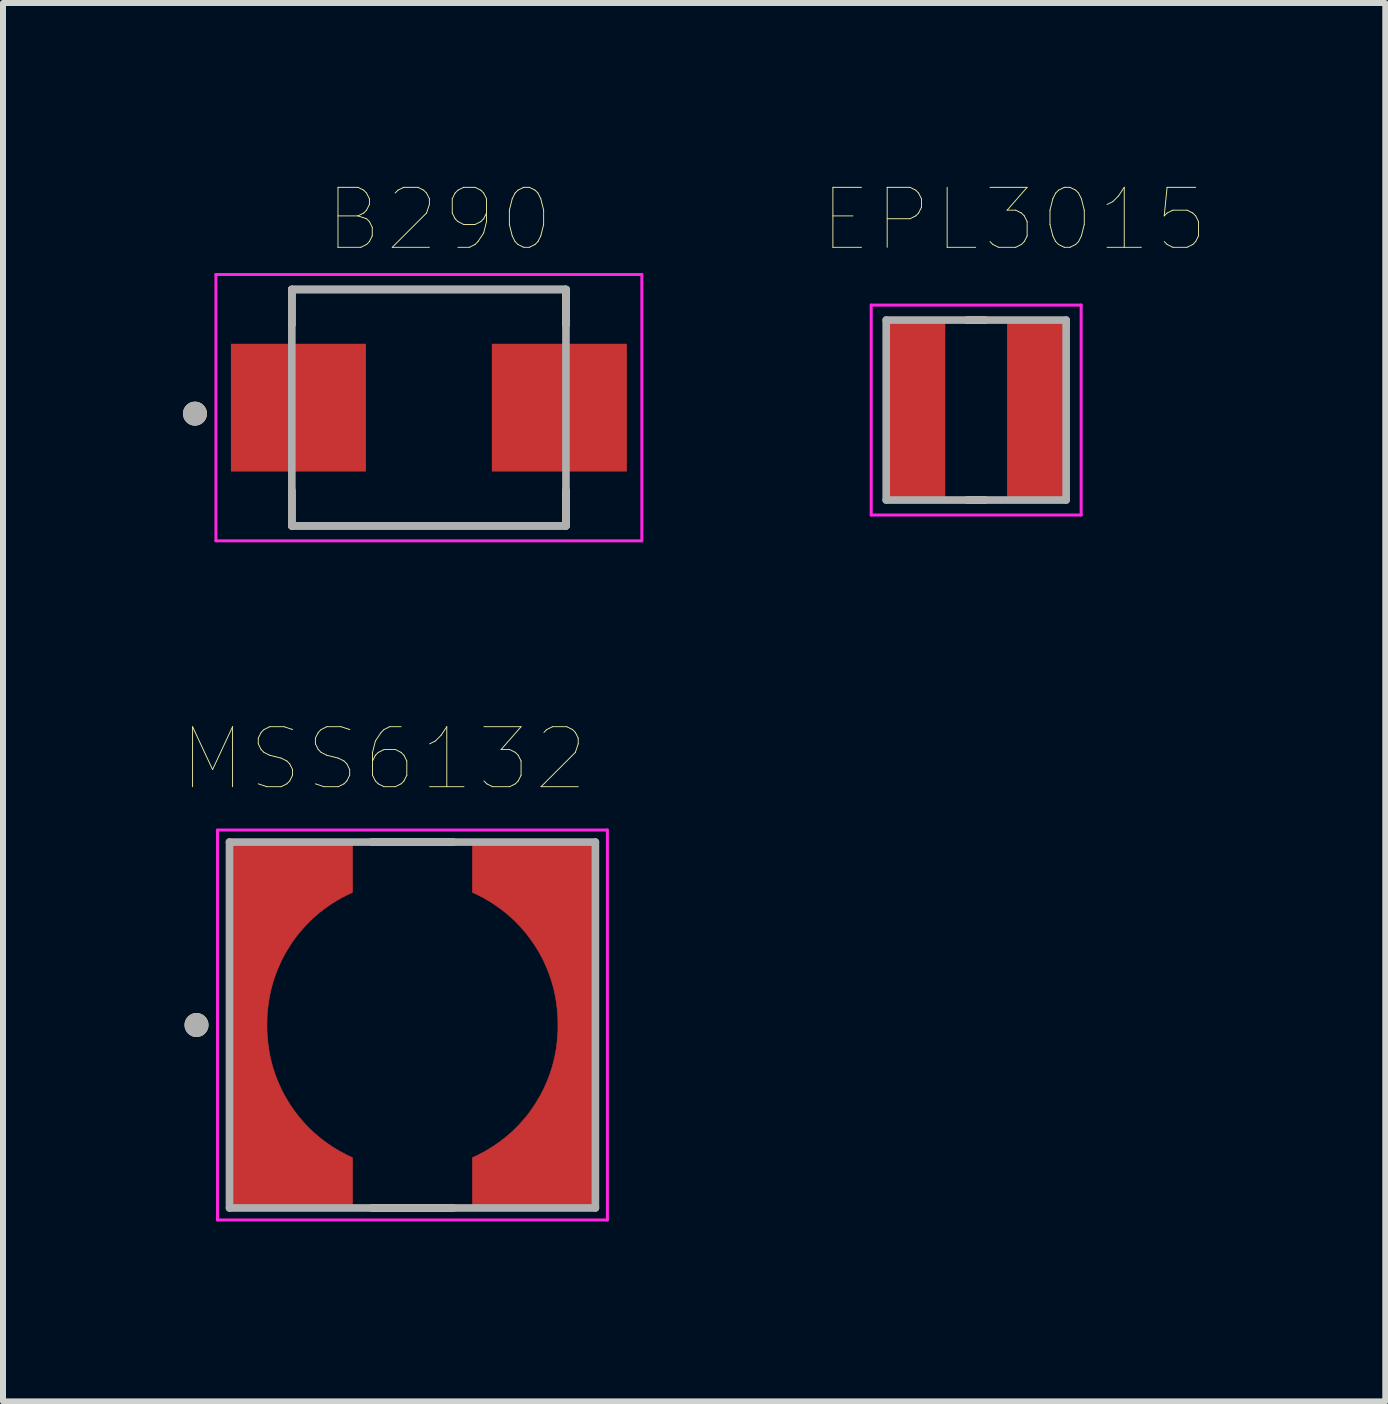
<source format=kicad_pcb>
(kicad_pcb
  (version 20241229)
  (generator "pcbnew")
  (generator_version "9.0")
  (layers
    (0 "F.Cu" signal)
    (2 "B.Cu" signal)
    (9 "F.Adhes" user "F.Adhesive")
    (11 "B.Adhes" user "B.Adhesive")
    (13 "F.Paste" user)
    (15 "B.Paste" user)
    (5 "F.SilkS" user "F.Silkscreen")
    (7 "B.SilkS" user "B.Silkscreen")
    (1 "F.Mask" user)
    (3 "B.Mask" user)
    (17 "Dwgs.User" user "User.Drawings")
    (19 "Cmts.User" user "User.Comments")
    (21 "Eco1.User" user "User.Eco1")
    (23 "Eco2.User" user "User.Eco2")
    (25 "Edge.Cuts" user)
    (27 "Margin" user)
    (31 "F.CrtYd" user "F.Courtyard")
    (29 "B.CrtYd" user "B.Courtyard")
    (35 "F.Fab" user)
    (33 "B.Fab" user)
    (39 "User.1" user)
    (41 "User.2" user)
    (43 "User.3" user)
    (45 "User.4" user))
  (footprint "B290"
    (layer "F.Cu")
    (at 4.1 3.746)
    (property "Reference" "B290" (at 0.175 -3.135 0) (layer "F.SilkS") (effects (font (size 1 1) (thickness 0.015))))
    (attr through_hole)
    (fp_line (start -2.285 -1.97) (end 2.285 -1.97) (stroke (width 0.127) (type solid)) (layer "F.SilkS"))
    (fp_line (start -2.285 -1.379) (end -2.285 -1.97) (stroke (width 0.127) (type solid)) (layer "F.SilkS"))
    (fp_line (start -2.285 1.379) (end -2.285 1.97) (stroke (width 0.127) (type solid)) (layer "F.SilkS"))
    (fp_line (start -2.285 1.97) (end 2.285 1.97) (stroke (width 0.127) (type solid)) (layer "F.SilkS"))
    (fp_line (start 2.285 -1.97) (end 2.285 -1.379) (stroke (width 0.127) (type solid)) (layer "F.SilkS"))
    (fp_line (start 2.285 1.97) (end 2.285 1.379) (stroke (width 0.127) (type solid)) (layer "F.SilkS"))
    (fp_circle (center -3.9 0.1) (end -3.8 0.1) (stroke (width 0.2) (type solid)) (fill no) (layer "F.SilkS"))
    (fp_line (start -3.55 -2.22) (end 3.55 -2.22) (stroke (width 0.05) (type solid)) (layer "F.CrtYd"))
    (fp_line (start -3.55 2.22) (end -3.55 -2.22) (stroke (width 0.05) (type solid)) (layer "F.CrtYd"))
    (fp_line (start 3.55 -2.22) (end 3.55 2.22) (stroke (width 0.05) (type solid)) (layer "F.CrtYd"))
    (fp_line (start 3.55 2.22) (end -3.55 2.22) (stroke (width 0.05) (type solid)) (layer "F.CrtYd"))
    (fp_line (start -2.285 -1.97) (end 2.285 -1.97) (stroke (width 0.127) (type solid)) (layer "F.Fab"))
    (fp_line (start -2.285 1.97) (end -2.285 -1.97) (stroke (width 0.127) (type solid)) (layer "F.Fab"))
    (fp_line (start 2.285 -1.97) (end 2.285 1.97) (stroke (width 0.127) (type solid)) (layer "F.Fab"))
    (fp_line (start 2.285 1.97) (end -2.285 1.97) (stroke (width 0.127) (type solid)) (layer "F.Fab"))
    (fp_circle (center -3.9 0.1) (end -3.8 0.1) (stroke (width 0.2) (type solid)) (fill no) (layer "F.Fab"))
    (pad "1" smd rect (at -2.175 0) (size 2.25 2.13) (layers "F.Cu" "F.Mask" "F.Paste"))
    (pad "2" smd rect (at 2.175 0) (size 2.25 2.13) (layers "F.Cu" "F.Mask" "F.Paste")))
  (footprint "EPL3015"
    (layer "F.Cu")
    (at 13.224 3.786)
    (property "Reference" "EPL3015" (at 0.635 -3.175 0) (layer "F.SilkS") (effects (font (size 1 1) (thickness 0.015))))
    (attr through_hole)
    (fp_line (start -0.15 -1.5) (end 0.15 -1.5) (stroke (width 0.127) (type solid)) (layer "F.SilkS"))
    (fp_line (start -0.15 1.5) (end 0.15 1.5) (stroke (width 0.127) (type solid)) (layer "F.SilkS"))
    (fp_line (start -1.75 -1.75) (end 1.75 -1.75) (stroke (width 0.05) (type solid)) (layer "F.CrtYd"))
    (fp_line (start -1.75 1.75) (end -1.75 -1.75) (stroke (width 0.05) (type solid)) (layer "F.CrtYd"))
    (fp_line (start 1.75 -1.75) (end 1.75 1.75) (stroke (width 0.05) (type solid)) (layer "F.CrtYd"))
    (fp_line (start 1.75 1.75) (end -1.75 1.75) (stroke (width 0.05) (type solid)) (layer "F.CrtYd"))
    (fp_line (start -1.5 -1.5) (end 1.5 -1.5) (stroke (width 0.127) (type solid)) (layer "F.Fab"))
    (fp_line (start -1.5 1.5) (end -1.5 -1.5) (stroke (width 0.127) (type solid)) (layer "F.Fab"))
    (fp_line (start 1.5 -1.5) (end 1.5 1.5) (stroke (width 0.127) (type solid)) (layer "F.Fab"))
    (fp_line (start 1.5 1.5) (end -1.5 1.5) (stroke (width 0.127) (type solid)) (layer "F.Fab"))
    (pad "1" smd rect (at -1.015 0) (size 1 2.9) (layers "F.Cu" "F.Mask" "F.Paste"))
    (pad "2" smd rect (at 1.015 0) (size 1 2.9) (layers "F.Cu" "F.Mask" "F.Paste")))
  (footprint "MSS6132"
    (layer "F.Cu")
    (at 3.826 14.038)
    (property "Reference" "MSS6132" (at -0.475 -4.435 0) (layer "F.SilkS") (effects (font (size 1 1) (thickness 0.015))))
    (attr through_hole)
    (fp_poly (pts (xy -1 -3) (xy -3 -3) (xy -3 3) (xy -1 3) (xy -1 2.211) (xy -1.096 2.166) (xy -1.178 2.123) (xy -1.259 2.077) (xy -1.338 2.028) (xy -1.415 1.976) (xy -1.49 1.921) (xy -1.562 1.864) (xy -1.633 1.803) (xy -1.701 1.74) (xy -1.766 1.674) (xy -1.829 1.605) (xy -1.889 1.535) (xy -1.946 1.462) (xy -2.001 1.386) (xy -2.052 1.309) (xy -2.1 1.23) (xy -2.146 1.149) (xy -2.188 1.066) (xy -2.226 0.981) (xy -2.262 0.896) (xy -2.294 0.808) (xy -2.323 0.72) (xy -2.348 0.631) (xy -2.37 0.54) (xy -2.388 0.449) (xy -2.402 0.358) (xy -2.413 0.265) (xy -2.421 0.173) (xy -2.425 0.08) (xy -2.425 0) (xy -2.425 -0.08) (xy -2.421 -0.173) (xy -2.413 -0.265) (xy -2.402 -0.358) (xy -2.388 -0.449) (xy -2.37 -0.54) (xy -2.348 -0.631) (xy -2.323 -0.72) (xy -2.294 -0.808) (xy -2.262 -0.896) (xy -2.226 -0.981) (xy -2.188 -1.066) (xy -2.146 -1.149) (xy -2.1 -1.23) (xy -2.052 -1.309) (xy -2.001 -1.386) (xy -1.946 -1.462) (xy -1.889 -1.535) (xy -1.829 -1.605) (xy -1.766 -1.674) (xy -1.701 -1.74) (xy -1.633 -1.803) (xy -1.562 -1.864) (xy -1.49 -1.921) (xy -1.415 -1.976) (xy -1.338 -2.028) (xy -1.259 -2.077) (xy -1.178 -2.123) (xy -1.096 -2.166) (xy -1 -2.211) (xy -1 -3)) (stroke (width 0.01) (type solid)) (fill yes) (layer "F.Cu"))
    (fp_poly (pts (xy 1 -3) (xy 3 -3) (xy 3 3) (xy 1 3) (xy 1 2.211) (xy 1.096 2.166) (xy 1.178 2.123) (xy 1.259 2.077) (xy 1.338 2.028) (xy 1.415 1.976) (xy 1.49 1.921) (xy 1.562 1.864) (xy 1.633 1.803) (xy 1.701 1.74) (xy 1.766 1.674) (xy 1.829 1.605) (xy 1.889 1.535) (xy 1.946 1.462) (xy 2.001 1.386) (xy 2.052 1.309) (xy 2.1 1.23) (xy 2.146 1.149) (xy 2.188 1.066) (xy 2.226 0.981) (xy 2.262 0.896) (xy 2.294 0.808) (xy 2.323 0.72) (xy 2.348 0.631) (xy 2.37 0.54) (xy 2.388 0.449) (xy 2.402 0.358) (xy 2.413 0.265) (xy 2.421 0.173) (xy 2.425 0.08) (xy 2.425 0) (xy 2.425 -0.08) (xy 2.421 -0.173) (xy 2.413 -0.265) (xy 2.402 -0.358) (xy 2.388 -0.449) (xy 2.37 -0.54) (xy 2.348 -0.631) (xy 2.323 -0.72) (xy 2.294 -0.808) (xy 2.262 -0.896) (xy 2.226 -0.981) (xy 2.188 -1.066) (xy 2.146 -1.149) (xy 2.1 -1.23) (xy 2.052 -1.309) (xy 2.001 -1.386) (xy 1.946 -1.462) (xy 1.889 -1.535) (xy 1.829 -1.605) (xy 1.766 -1.674) (xy 1.701 -1.74) (xy 1.633 -1.803) (xy 1.562 -1.864) (xy 1.49 -1.921) (xy 1.415 -1.976) (xy 1.338 -2.028) (xy 1.259 -2.077) (xy 1.178 -2.123) (xy 1.096 -2.166) (xy 1 -2.211) (xy 1 -3)) (stroke (width 0.01) (type solid)) (fill yes) (layer "F.Cu"))
    (fp_poly (pts (xy -0.9 -3.1) (xy -3.1 -3.1) (xy -3.1 3.1) (xy -0.9 3.1) (xy -0.9 2.111) (xy -0.965 2.082) (xy -1.046 2.044) (xy -1.126 2.002) (xy -1.204 1.958) (xy -1.28 1.91) (xy -1.355 1.859) (xy -1.427 1.806) (xy -1.497 1.749) (xy -1.565 1.69) (xy -1.63 1.629) (xy -1.693 1.565) (xy -1.754 1.498) (xy -1.812 1.43) (xy -1.867 1.359) (xy -1.919 1.285) (xy -1.969 1.21) (xy -2.015 1.133) (xy -2.059 1.055) (xy -2.099 0.974) (xy -2.136 0.892) (xy -2.17 0.809) (xy -2.201 0.725) (xy -2.229 0.639) (xy -2.253 0.552) (xy -2.273 0.465) (xy -2.291 0.377) (xy -2.304 0.288) (xy -2.315 0.199) (xy -2.321 0.109) (xy -2.325 0) (xy -2.321 -0.109) (xy -2.315 -0.199) (xy -2.304 -0.288) (xy -2.291 -0.377) (xy -2.273 -0.465) (xy -2.253 -0.552) (xy -2.229 -0.639) (xy -2.201 -0.725) (xy -2.17 -0.809) (xy -2.136 -0.892) (xy -2.099 -0.974) (xy -2.059 -1.055) (xy -2.015 -1.133) (xy -1.969 -1.21) (xy -1.919 -1.285) (xy -1.867 -1.359) (xy -1.812 -1.43) (xy -1.754 -1.498) (xy -1.693 -1.565) (xy -1.63 -1.629) (xy -1.565 -1.69) (xy -1.497 -1.749) (xy -1.427 -1.806) (xy -1.355 -1.859) (xy -1.28 -1.91) (xy -1.204 -1.958) (xy -1.126 -2.002) (xy -1.046 -2.044) (xy -0.965 -2.082) (xy -0.9 -2.111) (xy -0.9 -3.1)) (stroke (width 0.01) (type solid)) (fill yes) (layer "F.Mask"))
    (fp_poly (pts (xy 0.9 -3.1) (xy 3.1 -3.1) (xy 3.1 3.1) (xy 0.9 3.1) (xy 0.9 2.111) (xy 0.965 2.082) (xy 1.046 2.044) (xy 1.126 2.002) (xy 1.204 1.958) (xy 1.28 1.91) (xy 1.355 1.859) (xy 1.427 1.806) (xy 1.497 1.749) (xy 1.565 1.69) (xy 1.63 1.629) (xy 1.693 1.565) (xy 1.754 1.498) (xy 1.812 1.43) (xy 1.867 1.359) (xy 1.919 1.285) (xy 1.969 1.21) (xy 2.015 1.133) (xy 2.059 1.055) (xy 2.099 0.974) (xy 2.136 0.892) (xy 2.17 0.809) (xy 2.201 0.725) (xy 2.229 0.639) (xy 2.253 0.552) (xy 2.273 0.465) (xy 2.291 0.377) (xy 2.304 0.288) (xy 2.315 0.199) (xy 2.321 0.109) (xy 2.325 0) (xy 2.321 -0.109) (xy 2.315 -0.199) (xy 2.304 -0.288) (xy 2.291 -0.377) (xy 2.273 -0.465) (xy 2.253 -0.552) (xy 2.229 -0.639) (xy 2.201 -0.725) (xy 2.17 -0.809) (xy 2.136 -0.892) (xy 2.099 -0.974) (xy 2.059 -1.055) (xy 2.015 -1.133) (xy 1.969 -1.21) (xy 1.919 -1.285) (xy 1.867 -1.359) (xy 1.812 -1.43) (xy 1.754 -1.498) (xy 1.693 -1.565) (xy 1.63 -1.629) (xy 1.565 -1.69) (xy 1.497 -1.749) (xy 1.427 -1.806) (xy 1.355 -1.859) (xy 1.28 -1.91) (xy 1.204 -1.958) (xy 1.126 -2.002) (xy 1.046 -2.044) (xy 0.965 -2.082) (xy 0.9 -2.111) (xy 0.9 -3.1)) (stroke (width 0.01) (type solid)) (fill yes) (layer "F.Mask"))
    (fp_line (start -0.68 -3.05) (end 0.68 -3.05) (stroke (width 0.127) (type solid)) (layer "F.SilkS"))
    (fp_line (start -0.68 3.05) (end 0.68 3.05) (stroke (width 0.127) (type solid)) (layer "F.SilkS"))
    (fp_circle (center -3.6 0) (end -3.5 0) (stroke (width 0.2) (type solid)) (fill no) (layer "F.SilkS"))
    (fp_poly (pts (xy -1 -3) (xy -3 -3) (xy -3 3) (xy -1 3) (xy -1 2.211) (xy -1.096 2.166) (xy -1.178 2.123) (xy -1.259 2.077) (xy -1.338 2.028) (xy -1.415 1.976) (xy -1.49 1.921) (xy -1.562 1.864) (xy -1.633 1.803) (xy -1.701 1.74) (xy -1.766 1.674) (xy -1.829 1.605) (xy -1.889 1.535) (xy -1.946 1.462) (xy -2.001 1.386) (xy -2.052 1.309) (xy -2.1 1.23) (xy -2.146 1.149) (xy -2.188 1.066) (xy -2.226 0.981) (xy -2.262 0.896) (xy -2.294 0.808) (xy -2.323 0.72) (xy -2.348 0.631) (xy -2.37 0.54) (xy -2.388 0.449) (xy -2.402 0.358) (xy -2.413 0.265) (xy -2.421 0.173) (xy -2.425 0.08) (xy -2.425 0) (xy -2.425 -0.08) (xy -2.421 -0.173) (xy -2.413 -0.265) (xy -2.402 -0.358) (xy -2.388 -0.449) (xy -2.37 -0.54) (xy -2.348 -0.631) (xy -2.323 -0.72) (xy -2.294 -0.808) (xy -2.262 -0.896) (xy -2.226 -0.981) (xy -2.188 -1.066) (xy -2.146 -1.149) (xy -2.1 -1.23) (xy -2.052 -1.309) (xy -2.001 -1.386) (xy -1.946 -1.462) (xy -1.889 -1.535) (xy -1.829 -1.605) (xy -1.766 -1.674) (xy -1.701 -1.74) (xy -1.633 -1.803) (xy -1.562 -1.864) (xy -1.49 -1.921) (xy -1.415 -1.976) (xy -1.338 -2.028) (xy -1.259 -2.077) (xy -1.178 -2.123) (xy -1.096 -2.166) (xy -1 -2.211) (xy -1 -3)) (stroke (width 0.01) (type solid)) (fill yes) (layer "F.Paste"))
    (fp_poly (pts (xy 1 -3) (xy 3 -3) (xy 3 3) (xy 1 3) (xy 1 2.211) (xy 1.096 2.166) (xy 1.178 2.123) (xy 1.259 2.077) (xy 1.338 2.028) (xy 1.415 1.976) (xy 1.49 1.921) (xy 1.562 1.864) (xy 1.633 1.803) (xy 1.701 1.74) (xy 1.766 1.674) (xy 1.829 1.605) (xy 1.889 1.535) (xy 1.946 1.462) (xy 2.001 1.386) (xy 2.052 1.309) (xy 2.1 1.23) (xy 2.146 1.149) (xy 2.188 1.066) (xy 2.226 0.981) (xy 2.262 0.896) (xy 2.294 0.808) (xy 2.323 0.72) (xy 2.348 0.631) (xy 2.37 0.54) (xy 2.388 0.449) (xy 2.402 0.358) (xy 2.413 0.265) (xy 2.421 0.173) (xy 2.425 0.08) (xy 2.425 0) (xy 2.425 -0.08) (xy 2.421 -0.173) (xy 2.413 -0.265) (xy 2.402 -0.358) (xy 2.388 -0.449) (xy 2.37 -0.54) (xy 2.348 -0.631) (xy 2.323 -0.72) (xy 2.294 -0.808) (xy 2.262 -0.896) (xy 2.226 -0.981) (xy 2.188 -1.066) (xy 2.146 -1.149) (xy 2.1 -1.23) (xy 2.052 -1.309) (xy 2.001 -1.386) (xy 1.946 -1.462) (xy 1.889 -1.535) (xy 1.829 -1.605) (xy 1.766 -1.674) (xy 1.701 -1.74) (xy 1.633 -1.803) (xy 1.562 -1.864) (xy 1.49 -1.921) (xy 1.415 -1.976) (xy 1.338 -2.028) (xy 1.259 -2.077) (xy 1.178 -2.123) (xy 1.096 -2.166) (xy 1 -2.211) (xy 1 -3)) (stroke (width 0.01) (type solid)) (fill yes) (layer "F.Paste"))
    (fp_line (start -3.25 -3.25) (end -3.25 3.25) (stroke (width 0.05) (type solid)) (layer "F.CrtYd"))
    (fp_line (start -3.25 3.25) (end 3.25 3.25) (stroke (width 0.05) (type solid)) (layer "F.CrtYd"))
    (fp_line (start 3.25 -3.25) (end -3.25 -3.25) (stroke (width 0.05) (type solid)) (layer "F.CrtYd"))
    (fp_line (start 3.25 3.25) (end 3.25 -3.25) (stroke (width 0.05) (type solid)) (layer "F.CrtYd"))
    (fp_line (start -3.05 -3.05) (end 3.05 -3.05) (stroke (width 0.127) (type solid)) (layer "F.Fab"))
    (fp_line (start -3.05 3.05) (end -3.05 -3.05) (stroke (width 0.127) (type solid)) (layer "F.Fab"))
    (fp_line (start 3.05 -3.05) (end 3.05 3.05) (stroke (width 0.127) (type solid)) (layer "F.Fab"))
    (fp_line (start 3.05 3.05) (end -3.05 3.05) (stroke (width 0.127) (type solid)) (layer "F.Fab"))
    (fp_circle (center -3.6 0) (end -3.5 0) (stroke (width 0.2) (type solid)) (fill no) (layer "F.Fab"))
    (pad "1" smd rect (at -2.75 0) (size 0.1 0.1) (layers "F.Cu"))
    (pad "2" smd rect (at 2.75 0) (size 0.1 0.1) (layers "F.Cu")))
  (gr_rect
    (start -3 -3)
    (end 20.044 20.313)
    (stroke (width 0.1) (type default))
    (fill no)
    (layer "Edge.Cuts")))
</source>
